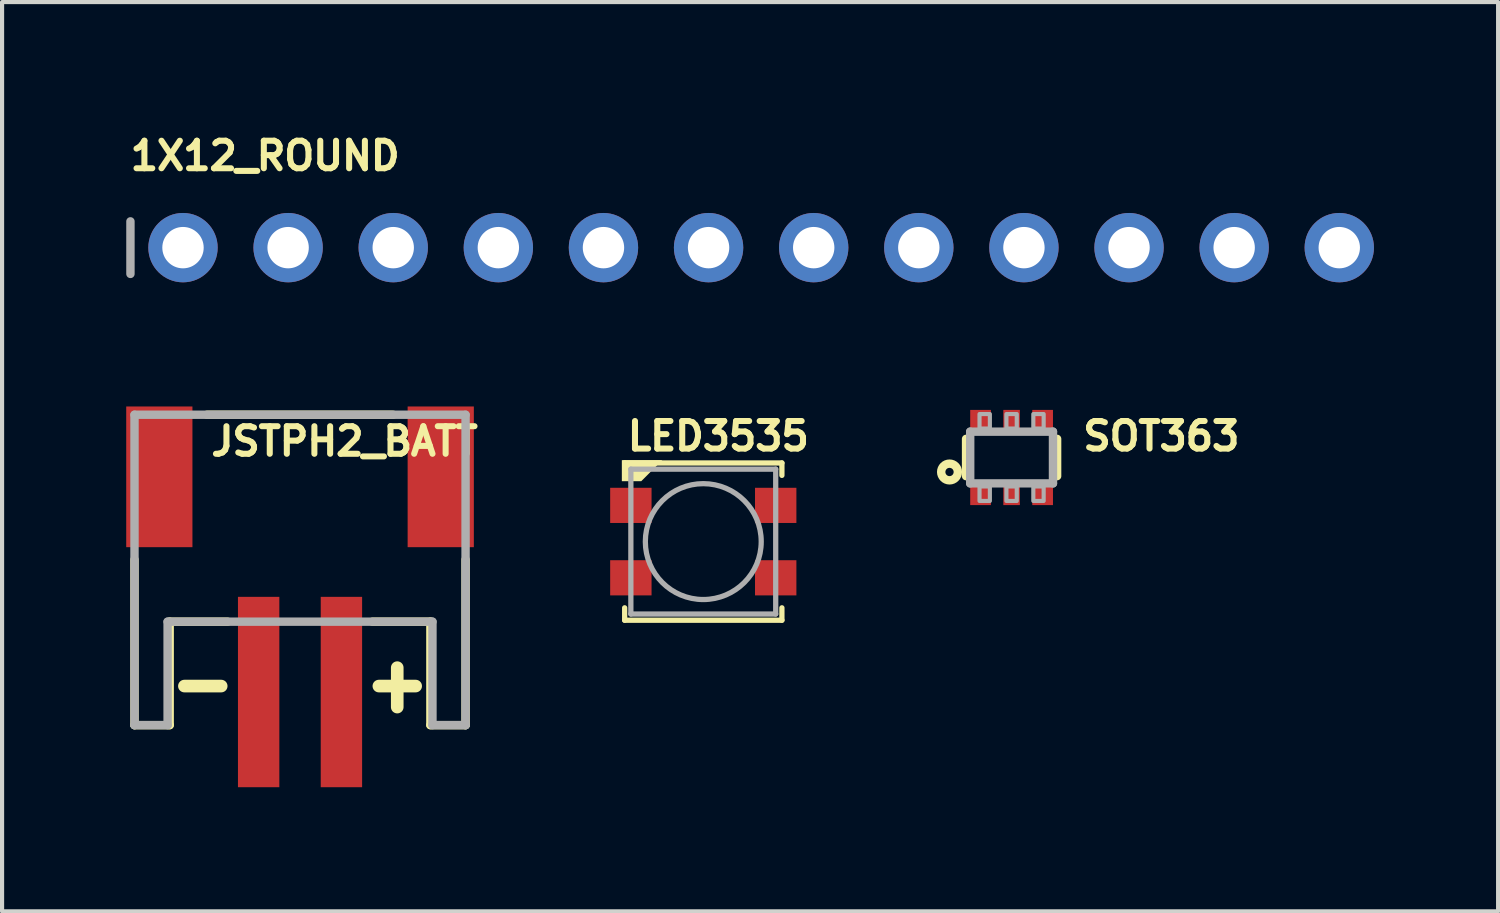
<source format=kicad_pcb>
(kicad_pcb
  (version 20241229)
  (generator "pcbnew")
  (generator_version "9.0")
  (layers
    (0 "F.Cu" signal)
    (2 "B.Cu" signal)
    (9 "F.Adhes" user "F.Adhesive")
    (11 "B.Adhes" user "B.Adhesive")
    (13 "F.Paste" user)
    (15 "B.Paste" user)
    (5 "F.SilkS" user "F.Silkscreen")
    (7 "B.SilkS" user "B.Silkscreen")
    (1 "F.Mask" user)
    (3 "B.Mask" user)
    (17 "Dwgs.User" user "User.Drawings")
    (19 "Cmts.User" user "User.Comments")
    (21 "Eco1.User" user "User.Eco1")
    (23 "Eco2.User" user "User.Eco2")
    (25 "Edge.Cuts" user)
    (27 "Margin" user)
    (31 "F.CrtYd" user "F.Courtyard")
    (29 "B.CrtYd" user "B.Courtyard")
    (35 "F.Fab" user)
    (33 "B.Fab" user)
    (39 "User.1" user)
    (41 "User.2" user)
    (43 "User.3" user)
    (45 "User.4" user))
  (footprint "LED3535"
    (layer "F.Cu")
    (at 13.944 10.037)
    (property "Reference" "LED3535" (at -1.905 -2.159 0) (unlocked yes) (layer "F.SilkS") (effects (font (size 0.666 0.666) (thickness 0.146)) (justify left bottom)))
    (fp_line (start -1.9 -1.9) (end 1.9 -1.9) (stroke (width 0.127) (type solid)) (layer "F.SilkS"))
    (fp_line (start -1.9 -1.6) (end -1.9 -1.9) (stroke (width 0.127) (type solid)) (layer "F.SilkS"))
    (fp_line (start -1.9 1.6) (end -1.9 1.9) (stroke (width 0.127) (type solid)) (layer "F.SilkS"))
    (fp_line (start -1.9 1.9) (end 1.9 1.9) (stroke (width 0.127) (type solid)) (layer "F.SilkS"))
    (fp_line (start 1.9 -1.9) (end 1.9 -1.6) (stroke (width 0.127) (type solid)) (layer "F.SilkS"))
    (fp_line (start 1.9 1.9) (end 1.9 1.6) (stroke (width 0.127) (type solid)) (layer "F.SilkS"))
    (fp_poly (pts (xy -1.498 -1.46) (xy -1.968 -1.46) (xy -1.968 -1.968) (xy -0.99 -1.968)) (stroke (width 0) (type default)) (fill yes) (layer "F.SilkS"))
    (fp_line (start -1.75 -1.75) (end 1.75 -1.75) (stroke (width 0.127) (type solid)) (layer "F.Fab"))
    (fp_line (start -1.75 1.75) (end -1.75 -1.75) (stroke (width 0.127) (type solid)) (layer "F.Fab"))
    (fp_line (start 1.75 -1.75) (end 1.75 1.75) (stroke (width 0.127) (type solid)) (layer "F.Fab"))
    (fp_line (start 1.75 1.75) (end -1.75 1.75) (stroke (width 0.127) (type solid)) (layer "F.Fab"))
    (fp_circle (center 0 0) (end 1.4 0) (stroke (width 0.127) (type solid)) (fill no) (layer "F.Fab"))
    (pad "1" smd rect (at -1.75 -0.875 90) (size 0.85 1) (layers "F.Cu" "F.Mask" "F.Paste"))
    (pad "2" smd rect (at -1.75 0.875 90) (size 0.85 1) (layers "F.Cu" "F.Mask" "F.Paste"))
    (pad "3" smd rect (at 1.75 0.875 90) (size 0.85 1) (layers "F.Cu" "F.Mask" "F.Paste"))
    (pad "4" smd rect (at 1.75 -0.875 90) (size 0.85 1) (layers "F.Cu" "F.Mask" "F.Paste")))
  (footprint "JSTPH2_BATT"
    (layer "F.Cu")
    (at 4.2 9.972)
    (property "Reference" "JSTPH2_BATT" (at -2.223 -1.968 0) (unlocked yes) (layer "F.SilkS") (effects (font (size 0.666 0.666) (thickness 0.146)) (justify left bottom)))
    (fp_line (start -4 4.5) (end -4 0.5) (stroke (width 0.203) (type solid)) (layer "F.SilkS"))
    (fp_line (start -3.15 2) (end -3.15 4.5) (stroke (width 0.203) (type solid)) (layer "F.SilkS"))
    (fp_line (start -3.15 4.5) (end -4 4.5) (stroke (width 0.203) (type solid)) (layer "F.SilkS"))
    (fp_line (start -2.794 3.556) (end -1.905 3.556) (stroke (width 0.305) (type solid)) (layer "F.SilkS"))
    (fp_line (start -2.25 -3) (end 2.25 -3) (stroke (width 0.203) (type solid)) (layer "F.SilkS"))
    (fp_line (start -1.75 2) (end -3.15 2) (stroke (width 0.203) (type solid)) (layer "F.SilkS"))
    (fp_line (start 1.905 3.556) (end 2.794 3.556) (stroke (width 0.305) (type solid)) (layer "F.SilkS"))
    (fp_line (start 2.349 4.064) (end 2.349 3.111) (stroke (width 0.305) (type solid)) (layer "F.SilkS"))
    (fp_line (start 3.15 2) (end 1.75 2) (stroke (width 0.203) (type solid)) (layer "F.SilkS"))
    (fp_line (start 3.15 4.5) (end 3.15 2) (stroke (width 0.203) (type solid)) (layer "F.SilkS"))
    (fp_line (start 4 0.5) (end 4 4.5) (stroke (width 0.203) (type solid)) (layer "F.SilkS"))
    (fp_line (start 4 4.5) (end 3.15 4.5) (stroke (width 0.203) (type solid)) (layer "F.SilkS"))
    (fp_line (start -4 -3) (end 4 -3) (stroke (width 0.203) (type solid)) (layer "F.Fab"))
    (fp_line (start -4 4.5) (end -4 -3) (stroke (width 0.203) (type solid)) (layer "F.Fab"))
    (fp_line (start -3.2 2) (end -3.2 4.5) (stroke (width 0.203) (type solid)) (layer "F.Fab"))
    (fp_line (start -3.2 4.5) (end -4 4.5) (stroke (width 0.203) (type solid)) (layer "F.Fab"))
    (fp_line (start 3.2 2) (end -3.2 2) (stroke (width 0.203) (type solid)) (layer "F.Fab"))
    (fp_line (start 3.2 4.5) (end 3.2 2) (stroke (width 0.203) (type solid)) (layer "F.Fab"))
    (fp_line (start 4 -3) (end 4 4.5) (stroke (width 0.203) (type solid)) (layer "F.Fab"))
    (fp_line (start 4 4.5) (end 3.2 4.5) (stroke (width 0.203) (type solid)) (layer "F.Fab"))
    (pad "1" smd rect (at -1 3.7) (size 1 4.6) (layers "F.Cu" "F.Mask" "F.Paste"))
    (pad "2" smd rect (at 1 3.7) (size 1 4.6) (layers "F.Cu" "F.Mask" "F.Paste"))
    (pad "NC1" smd rect (at -3.4 -1.5 90) (size 3.4 1.6) (layers "F.Cu" "F.Mask" "F.Paste"))
    (pad "NC2" smd rect (at 3.4 -1.5 90) (size 3.4 1.6) (layers "F.Cu" "F.Mask" "F.Paste")))
  (footprint "SOT363"
    (layer "F.Cu")
    (at 21.394 8.005)
    (property "Reference" "SOT363" (at 1.651 -0.127 0) (unlocked yes) (layer "F.SilkS") (effects (font (size 0.666 0.666) (thickness 0.146)) (justify left bottom)))
    (fp_line (start -1.1 -0.45) (end -1.1 0.45) (stroke (width 0.203) (type solid)) (layer "F.SilkS"))
    (fp_line (start 1.1 -0.45) (end 1.1 0.45) (stroke (width 0.203) (type solid)) (layer "F.SilkS"))
    (fp_circle (center -1.5 0.35) (end -1.4 0.35) (stroke (width 0.203) (type solid)) (fill no) (layer "F.SilkS"))
    (fp_line (start -1 -0.625) (end 1 -0.625) (stroke (width 0.203) (type solid)) (layer "F.Fab"))
    (fp_line (start -1 0.625) (end -1 -0.625) (stroke (width 0.203) (type solid)) (layer "F.Fab"))
    (fp_line (start 1 -0.625) (end 1 0.625) (stroke (width 0.203) (type solid)) (layer "F.Fab"))
    (fp_line (start 1 0.625) (end -1 0.625) (stroke (width 0.203) (type solid)) (layer "F.Fab"))
    (fp_poly (pts (xy -0.775 -0.7) (xy -0.525 -0.7) (xy -0.525 -1.05) (xy -0.775 -1.05)) (stroke (width 0.1) (type default)) (fill no) (layer "F.Fab"))
    (fp_poly (pts (xy -0.775 1.05) (xy -0.525 1.05) (xy -0.525 0.7) (xy -0.775 0.7)) (stroke (width 0.1) (type default)) (fill no) (layer "F.Fab"))
    (fp_poly (pts (xy -0.125 -0.7) (xy 0.125 -0.7) (xy 0.125 -1.05) (xy -0.125 -1.05)) (stroke (width 0.1) (type default)) (fill no) (layer "F.Fab"))
    (fp_poly (pts (xy -0.125 1.05) (xy 0.125 1.05) (xy 0.125 0.7) (xy -0.125 0.7)) (stroke (width 0.1) (type default)) (fill no) (layer "F.Fab"))
    (fp_poly (pts (xy 0.525 -0.7) (xy 0.775 -0.7) (xy 0.775 -1.05) (xy 0.525 -1.05)) (stroke (width 0.1) (type default)) (fill no) (layer "F.Fab"))
    (fp_poly (pts (xy 0.525 1.05) (xy 0.775 1.05) (xy 0.775 0.7) (xy 0.525 0.7)) (stroke (width 0.1) (type default)) (fill no) (layer "F.Fab"))
    (pad "1" smd rect (at -0.75 0.9) (size 0.5 0.5) (layers "F.Cu" "F.Mask" "F.Paste"))
    (pad "2" smd rect (at 0 0.9) (size 0.4 0.5) (layers "F.Cu" "F.Mask" "F.Paste"))
    (pad "3" smd rect (at 0.75 0.9) (size 0.5 0.5) (layers "F.Cu" "F.Mask" "F.Paste"))
    (pad "4" smd rect (at 0.75 -0.9) (size 0.5 0.5) (layers "F.Cu" "F.Mask" "F.Paste"))
    (pad "5" smd rect (at 0 -0.9) (size 0.4 0.5) (layers "F.Cu" "F.Mask" "F.Paste"))
    (pad "6" smd rect (at -0.75 -0.9) (size 0.5 0.5) (layers "F.Cu" "F.Mask" "F.Paste")))
  (footprint "1X12_ROUND"
    (layer "F.Cu")
    (at 15.342 2.934)
    (property "Reference" "1X12_ROUND" (at -15.316 -1.829 0) (unlocked yes) (layer "F.SilkS") (effects (font (size 0.666 0.666) (thickness 0.146)) (justify left bottom)))
    (fp_line (start -15.24 -0.635) (end -15.24 0.635) (stroke (width 0.203) (type solid)) (layer "F.Fab"))
    (fp_poly (pts (xy -14.224 0.254) (xy -13.716 0.254) (xy -13.716 -0.254) (xy -14.224 -0.254)) (stroke (width 0.1) (type default)) (fill no) (layer "F.Fab"))
    (fp_poly (pts (xy -11.684 0.254) (xy -11.176 0.254) (xy -11.176 -0.254) (xy -11.684 -0.254)) (stroke (width 0.1) (type default)) (fill no) (layer "F.Fab"))
    (fp_poly (pts (xy -9.144 0.254) (xy -8.636 0.254) (xy -8.636 -0.254) (xy -9.144 -0.254)) (stroke (width 0.1) (type default)) (fill no) (layer "F.Fab"))
    (fp_poly (pts (xy -6.604 0.254) (xy -6.096 0.254) (xy -6.096 -0.254) (xy -6.604 -0.254)) (stroke (width 0.1) (type default)) (fill no) (layer "F.Fab"))
    (fp_poly (pts (xy -4.064 0.254) (xy -3.556 0.254) (xy -3.556 -0.254) (xy -4.064 -0.254)) (stroke (width 0.1) (type default)) (fill no) (layer "F.Fab"))
    (fp_poly (pts (xy -1.524 0.254) (xy -1.016 0.254) (xy -1.016 -0.254) (xy -1.524 -0.254)) (stroke (width 0.1) (type default)) (fill no) (layer "F.Fab"))
    (fp_poly (pts (xy 1.016 0.254) (xy 1.524 0.254) (xy 1.524 -0.254) (xy 1.016 -0.254)) (stroke (width 0.1) (type default)) (fill no) (layer "F.Fab"))
    (fp_poly (pts (xy 3.556 0.254) (xy 4.064 0.254) (xy 4.064 -0.254) (xy 3.556 -0.254)) (stroke (width 0.1) (type default)) (fill no) (layer "F.Fab"))
    (fp_poly (pts (xy 6.096 0.254) (xy 6.604 0.254) (xy 6.604 -0.254) (xy 6.096 -0.254)) (stroke (width 0.1) (type default)) (fill no) (layer "F.Fab"))
    (fp_poly (pts (xy 8.636 0.254) (xy 9.144 0.254) (xy 9.144 -0.254) (xy 8.636 -0.254)) (stroke (width 0.1) (type default)) (fill no) (layer "F.Fab"))
    (fp_poly (pts (xy 11.176 0.254) (xy 11.684 0.254) (xy 11.684 -0.254) (xy 11.176 -0.254)) (stroke (width 0.1) (type default)) (fill no) (layer "F.Fab"))
    (fp_poly (pts (xy 13.716 0.254) (xy 14.224 0.254) (xy 14.224 -0.254) (xy 13.716 -0.254)) (stroke (width 0.1) (type default)) (fill no) (layer "F.Fab"))
    (pad "1" thru_hole circle (at -13.97 0 90) (size 1.676 1.676) (drill 1) (layers "*.Cu" "*.Mask"))
    (pad "2" thru_hole circle (at -11.43 0 90) (size 1.676 1.676) (drill 1) (layers "*.Cu" "*.Mask"))
    (pad "3" thru_hole circle (at -8.89 0 90) (size 1.676 1.676) (drill 1) (layers "*.Cu" "*.Mask"))
    (pad "4" thru_hole circle (at -6.35 0 90) (size 1.676 1.676) (drill 1) (layers "*.Cu" "*.Mask"))
    (pad "5" thru_hole circle (at -3.81 0 90) (size 1.676 1.676) (drill 1) (layers "*.Cu" "*.Mask"))
    (pad "6" thru_hole circle (at -1.27 0 90) (size 1.676 1.676) (drill 1) (layers "*.Cu" "*.Mask"))
    (pad "7" thru_hole circle (at 1.27 0 90) (size 1.676 1.676) (drill 1) (layers "*.Cu" "*.Mask"))
    (pad "8" thru_hole circle (at 3.81 0 90) (size 1.676 1.676) (drill 1) (layers "*.Cu" "*.Mask"))
    (pad "9" thru_hole circle (at 6.35 0 90) (size 1.676 1.676) (drill 1) (layers "*.Cu" "*.Mask"))
    (pad "10" thru_hole circle (at 8.89 0 90) (size 1.676 1.676) (drill 1) (layers "*.Cu" "*.Mask"))
    (pad "11" thru_hole circle (at 11.43 0 90) (size 1.676 1.676) (drill 1) (layers "*.Cu" "*.Mask"))
    (pad "12" thru_hole circle (at 13.97 0 90) (size 1.676 1.676) (drill 1) (layers "*.Cu" "*.Mask")))
  (gr_rect
    (start -3 -3)
    (end 33.15 18.972)
    (stroke (width 0.1) (type default))
    (fill no)
    (layer "Edge.Cuts")))
</source>
